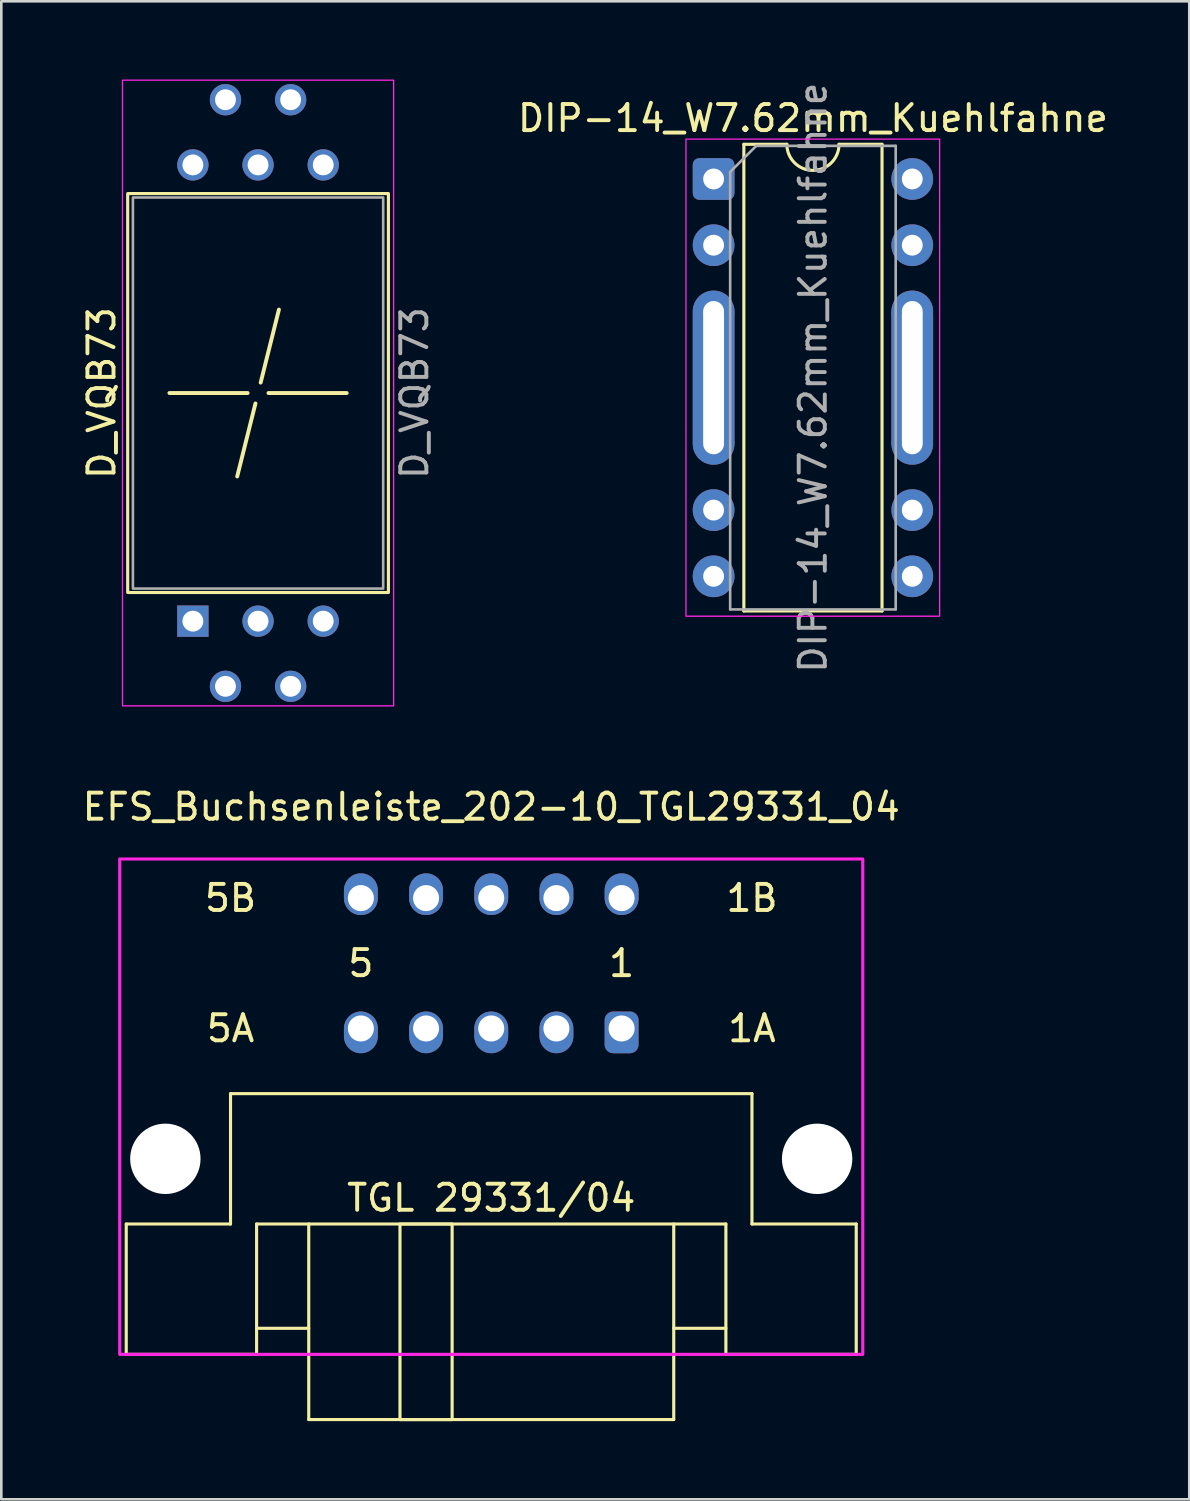
<source format=kicad_pcb>
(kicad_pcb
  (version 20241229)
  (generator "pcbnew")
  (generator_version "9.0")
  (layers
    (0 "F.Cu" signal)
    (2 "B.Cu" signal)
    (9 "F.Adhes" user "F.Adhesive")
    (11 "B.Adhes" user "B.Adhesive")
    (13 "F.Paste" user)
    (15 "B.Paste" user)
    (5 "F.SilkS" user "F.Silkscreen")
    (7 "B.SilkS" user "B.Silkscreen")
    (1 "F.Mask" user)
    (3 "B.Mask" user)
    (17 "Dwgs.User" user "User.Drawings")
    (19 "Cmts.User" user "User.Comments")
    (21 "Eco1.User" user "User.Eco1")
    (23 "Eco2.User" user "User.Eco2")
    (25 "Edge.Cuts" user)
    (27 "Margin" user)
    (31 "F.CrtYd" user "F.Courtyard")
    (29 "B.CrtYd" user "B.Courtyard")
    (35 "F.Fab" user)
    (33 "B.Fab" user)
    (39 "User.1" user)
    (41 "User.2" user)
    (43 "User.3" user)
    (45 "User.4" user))
  (footprint "DIP-14_W7.62mm_Kuehlfahne"
    (layer "F.Cu")
    (at 24.321 3.815)
    (property "Reference" "DIP-14_W7.62mm_Kuehlfahne" (at 3.81 -2.33 0) (layer "F.SilkS") (effects (font (size 1 1) (thickness 0.15))))
    (attr through_hole)
    (fp_line (start 1.16 -1.33) (end 1.16 16.57) (stroke (width 0.12) (type solid)) (layer "F.SilkS"))
    (fp_line (start 1.16 16.57) (end 6.46 16.57) (stroke (width 0.12) (type solid)) (layer "F.SilkS"))
    (fp_line (start 2.81 -1.33) (end 1.16 -1.33) (stroke (width 0.12) (type solid)) (layer "F.SilkS"))
    (fp_line (start 6.46 -1.33) (end 4.81 -1.33) (stroke (width 0.12) (type solid)) (layer "F.SilkS"))
    (fp_line (start 6.46 16.57) (end 6.46 -1.33) (stroke (width 0.12) (type solid)) (layer "F.SilkS"))
    (fp_arc (start 4.81 -1.33) (mid 3.81 -0.33) (end 2.81 -1.33) (stroke (width 0.12) (type solid)) (layer "F.SilkS"))
    (fp_rect (start -1.06 -1.53) (end 8.67 16.77) (stroke (width 0.05) (type solid)) (fill no) (layer "F.CrtYd"))
    (fp_line (start 0.635 -0.27) (end 1.635 -1.27) (stroke (width 0.1) (type solid)) (layer "F.Fab"))
    (fp_line (start 0.635 16.51) (end 0.635 -0.27) (stroke (width 0.1) (type solid)) (layer "F.Fab"))
    (fp_line (start 1.635 -1.27) (end 6.985 -1.27) (stroke (width 0.1) (type solid)) (layer "F.Fab"))
    (fp_line (start 6.985 -1.27) (end 6.985 16.51) (stroke (width 0.1) (type solid)) (layer "F.Fab"))
    (fp_line (start 6.985 16.51) (end 0.635 16.51) (stroke (width 0.1) (type solid)) (layer "F.Fab"))
    (fp_text user "${REFERENCE}" (at 3.81 7.62 90) (layer "F.Fab") (effects (font (size 1 1) (thickness 0.15))))
    (pad "1" thru_hole roundrect (at 0 0) (size 1.6 1.6) (drill 0.8) (layers "*.Cu" "*.Mask") (roundrect_rratio 0.156))
    (pad "2" thru_hole circle (at 0 2.54) (size 1.6 1.6) (drill 0.8) (layers "*.Cu" "*.Mask"))
    (pad "3" thru_hole circle (at 0 5.08) (size 1.6 1.6) (drill 0.8) (layers "*.Cu" "*.Mask"))
    (pad "4" thru_hole oval (at 0 7.62) (size 1.6 6.4) (drill oval 0.8 5.6) (layers "*.Cu" "*.Mask"))
    (pad "5" thru_hole circle (at 0 10.16) (size 1.6 1.6) (drill 0.8) (layers "*.Cu" "*.Mask"))
    (pad "6" thru_hole circle (at 0 12.7) (size 1.6 1.6) (drill 0.8) (layers "*.Cu" "*.Mask"))
    (pad "7" thru_hole circle (at 0 15.24) (size 1.6 1.6) (drill 0.8) (layers "*.Cu" "*.Mask"))
    (pad "8" thru_hole circle (at 7.62 15.24) (size 1.6 1.6) (drill 0.8) (layers "*.Cu" "*.Mask"))
    (pad "9" thru_hole circle (at 7.62 12.7) (size 1.6 1.6) (drill 0.8) (layers "*.Cu" "*.Mask"))
    (pad "10" thru_hole circle (at 7.62 10.16) (size 1.6 1.6) (drill 0.8) (layers "*.Cu" "*.Mask"))
    (pad "11" thru_hole oval (at 7.62 7.62) (size 1.6 6.4) (drill oval 0.8 5.6) (layers "*.Cu" "*.Mask"))
    (pad "12" thru_hole circle (at 7.62 5.08) (size 1.6 1.6) (drill 0.8) (layers "*.Cu" "*.Mask"))
    (pad "13" thru_hole circle (at 7.62 2.54) (size 1.6 1.6) (drill 0.8) (layers "*.Cu" "*.Mask"))
    (pad "14" thru_hole circle (at 7.62 0) (size 1.6 1.6) (drill 0.8) (layers "*.Cu" "*.Mask")))
  (footprint "D_VQB73"
    (layer "F.Cu")
    (at 6.848 12.025)
    (property "Reference" "D_VQB73" (at -6 0 90) (layer "F.SilkS") (effects (font (size 1 1) (thickness 0.15))))
    (attr through_hole)
    (fp_line (start -3.4 0) (end -0.4 0) (stroke (width 0.15) (type solid)) (layer "F.SilkS"))
    (fp_line (start -0.8 3.2) (end -0.1 0.4) (stroke (width 0.15) (type solid)) (layer "F.SilkS"))
    (fp_line (start 0.1 -0.4) (end 0.8 -3.2) (stroke (width 0.15) (type solid)) (layer "F.SilkS"))
    (fp_line (start 0.4 0) (end 3.4 0) (stroke (width 0.15) (type solid)) (layer "F.SilkS"))
    (fp_rect (start -5 -7.65) (end 5 7.65) (stroke (width 0.12) (type solid)) (fill no) (layer "F.SilkS"))
    (fp_rect (start -5.2 -12) (end 5.2 12) (stroke (width 0.05) (type solid)) (fill no) (layer "F.CrtYd"))
    (fp_rect (start -4.8 -7.5) (end 4.8 7.5) (stroke (width 0.1) (type solid)) (fill no) (layer "F.Fab"))
    (fp_text user "${REFERENCE}" (at 6 0 90) (layer "F.Fab") (effects (font (size 1 1) (thickness 0.15))))
    (pad "1" thru_hole rect (at -2.5 8.75) (size 1.2 1.2) (drill 0.8) (layers "*.Cu" "*.Mask"))
    (pad "2" thru_hole circle (at -1.25 11.25) (size 1.2 1.2) (drill 0.8) (layers "*.Cu" "*.Mask"))
    (pad "3" thru_hole circle (at 0 8.75) (size 1.2 1.2) (drill 0.8) (layers "*.Cu" "*.Mask"))
    (pad "4" thru_hole circle (at 1.25 11.25) (size 1.2 1.2) (drill 0.8) (layers "*.Cu" "*.Mask"))
    (pad "5" thru_hole circle (at 2.5 8.75) (size 1.2 1.2) (drill 0.8) (layers "*.Cu" "*.Mask"))
    (pad "6" thru_hole circle (at 2.5 -8.75) (size 1.2 1.2) (drill 0.8) (layers "*.Cu" "*.Mask"))
    (pad "7" thru_hole circle (at 1.25 -11.25) (size 1.2 1.2) (drill 0.8) (layers "*.Cu" "*.Mask"))
    (pad "8" thru_hole circle (at 0 -8.75) (size 1.2 1.2) (drill 0.8) (layers "*.Cu" "*.Mask"))
    (pad "9" thru_hole circle (at -1.25 -11.25) (size 1.2 1.2) (drill 0.8) (layers "*.Cu" "*.Mask"))
    (pad "10" thru_hole circle (at -2.5 -8.75) (size 1.2 1.2) (drill 0.8) (layers "*.Cu" "*.Mask")))
  (footprint "EFS_Buchsenleiste_202-10_TGL29331_04"
    (layer "F.Cu")
    (at 15.792 48.898)
    (property "Reference" "EFS_Buchsenleiste_202-10_TGL29331_04" (at 0 -21 0) (layer "F.SilkS") (effects (font (size 1 1) (thickness 0.15))))
    (attr through_hole)
    (fp_line (start -14 -5) (end -14 0) (stroke (width 0.12) (type solid)) (layer "F.SilkS"))
    (fp_line (start -14 -5) (end -10 -5) (stroke (width 0.12) (type solid)) (layer "F.SilkS"))
    (fp_line (start -14 0) (end -9 0) (stroke (width 0.12) (type solid)) (layer "F.SilkS"))
    (fp_line (start -10 -10) (end -10 -5) (stroke (width 0.12) (type solid)) (layer "F.SilkS"))
    (fp_line (start -9 -5) (end -9 0) (stroke (width 0.12) (type solid)) (layer "F.SilkS"))
    (fp_line (start -9 -5) (end 9 -5) (stroke (width 0.12) (type solid)) (layer "F.SilkS"))
    (fp_line (start -7 -1) (end -9 -1) (stroke (width 0.12) (type solid)) (layer "F.SilkS"))
    (fp_line (start -7 2.5) (end -7 -5) (stroke (width 0.12) (type solid)) (layer "F.SilkS"))
    (fp_line (start -7 2.5) (end 7 2.5) (stroke (width 0.12) (type solid)) (layer "F.SilkS"))
    (fp_line (start 7 2.5) (end 7 -5) (stroke (width 0.12) (type solid)) (layer "F.SilkS"))
    (fp_line (start 9 -5) (end 9 0) (stroke (width 0.12) (type solid)) (layer "F.SilkS"))
    (fp_line (start 9 -1) (end 7 -1) (stroke (width 0.12) (type solid)) (layer "F.SilkS"))
    (fp_line (start 9 0) (end 14 0) (stroke (width 0.12) (type solid)) (layer "F.SilkS"))
    (fp_line (start 10 -10) (end -10 -10) (stroke (width 0.12) (type solid)) (layer "F.SilkS"))
    (fp_line (start 10 -10) (end 10 -5) (stroke (width 0.12) (type solid)) (layer "F.SilkS"))
    (fp_line (start 10 -5) (end 14 -5) (stroke (width 0.12) (type solid)) (layer "F.SilkS"))
    (fp_line (start 14 -5) (end 14 0) (stroke (width 0.12) (type solid)) (layer "F.SilkS"))
    (fp_rect (start -3.5 -5) (end -1.5 2.5) (stroke (width 0.12) (type solid)) (fill no) (layer "F.SilkS"))
    (fp_rect (start -14.25 -19) (end 14.25 0) (stroke (width 0.12) (type solid)) (fill no) (layer "F.CrtYd"))
    (fp_text user "5A" (at -10 -12.5 180) (layer "F.SilkS") (effects (font (size 1 1) (thickness 0.15))))
    (fp_text user "5B" (at -10 -17.5 180) (layer "F.SilkS") (effects (font (size 1 1) (thickness 0.15))))
    (fp_text user "1A" (at 10 -12.5 180) (layer "F.SilkS") (effects (font (size 1 1) (thickness 0.15))))
    (fp_text user "5" (at -5 -15 180) (layer "F.SilkS") (effects (font (size 1 1) (thickness 0.15))))
    (fp_text user "1" (at 5 -15 180) (layer "F.SilkS") (effects (font (size 1 1) (thickness 0.15))))
    (fp_text user "1B" (at 10 -17.5 180) (layer "F.SilkS") (effects (font (size 1 1) (thickness 0.15))))
    (fp_text user "TGL 29331/04" (at 0 -6 0) (unlocked yes) (layer "F.SilkS") (effects (font (size 1 1) (thickness 0.15))))
    (pad "" np_thru_hole circle (at -12.5 -7.5 180) (size 2.7 2.7) (drill 2.7) (layers "*.Cu" "*.Mask"))
    (pad "" np_thru_hole circle (at 12.5 -7.5 180) (size 2.7 2.7) (drill 2.7) (layers "*.Cu" "*.Mask"))
    (pad "1a" thru_hole roundrect (at 5 -12.5 180) (size 1.3 1.6) (drill 1 (offset 0 -0.15)) (layers "*.Cu" "*.Mask") (roundrect_rratio 0.25))
    (pad "1b" thru_hole oval (at 5 -17.5 180) (size 1.3 1.6) (drill 1 (offset 0 0.15)) (layers "*.Cu" "*.Mask"))
    (pad "2a" thru_hole oval (at 2.5 -12.5 180) (size 1.3 1.6) (drill 1 (offset 0 -0.15)) (layers "*.Cu" "*.Mask"))
    (pad "2b" thru_hole oval (at 2.5 -17.5 180) (size 1.3 1.6) (drill 1 (offset 0 0.15)) (layers "*.Cu" "*.Mask"))
    (pad "3a" thru_hole oval (at 0 -12.5 180) (size 1.3 1.6) (drill 1 (offset 0 -0.15)) (layers "*.Cu" "*.Mask"))
    (pad "3b" thru_hole oval (at 0 -17.5 180) (size 1.3 1.6) (drill 1 (offset 0 0.15)) (layers "*.Cu" "*.Mask"))
    (pad "4a" thru_hole oval (at -2.5 -12.5 180) (size 1.3 1.6) (drill 1 (offset 0 -0.15)) (layers "*.Cu" "*.Mask"))
    (pad "4b" thru_hole oval (at -2.5 -17.5 180) (size 1.3 1.6) (drill 1 (offset 0 0.15)) (layers "*.Cu" "*.Mask"))
    (pad "5a" thru_hole oval (at -5 -12.5 180) (size 1.3 1.6) (drill 1 (offset 0 -0.15)) (layers "*.Cu" "*.Mask"))
    (pad "5b" thru_hole oval (at -5 -17.5 180) (size 1.3 1.6) (drill 1 (offset 0 0.15)) (layers "*.Cu" "*.Mask")))
  (gr_rect
    (start -3 -3)
    (end 42.566 54.458)
    (stroke (width 0.1) (type default))
    (fill no)
    (layer "Edge.Cuts")))
</source>
